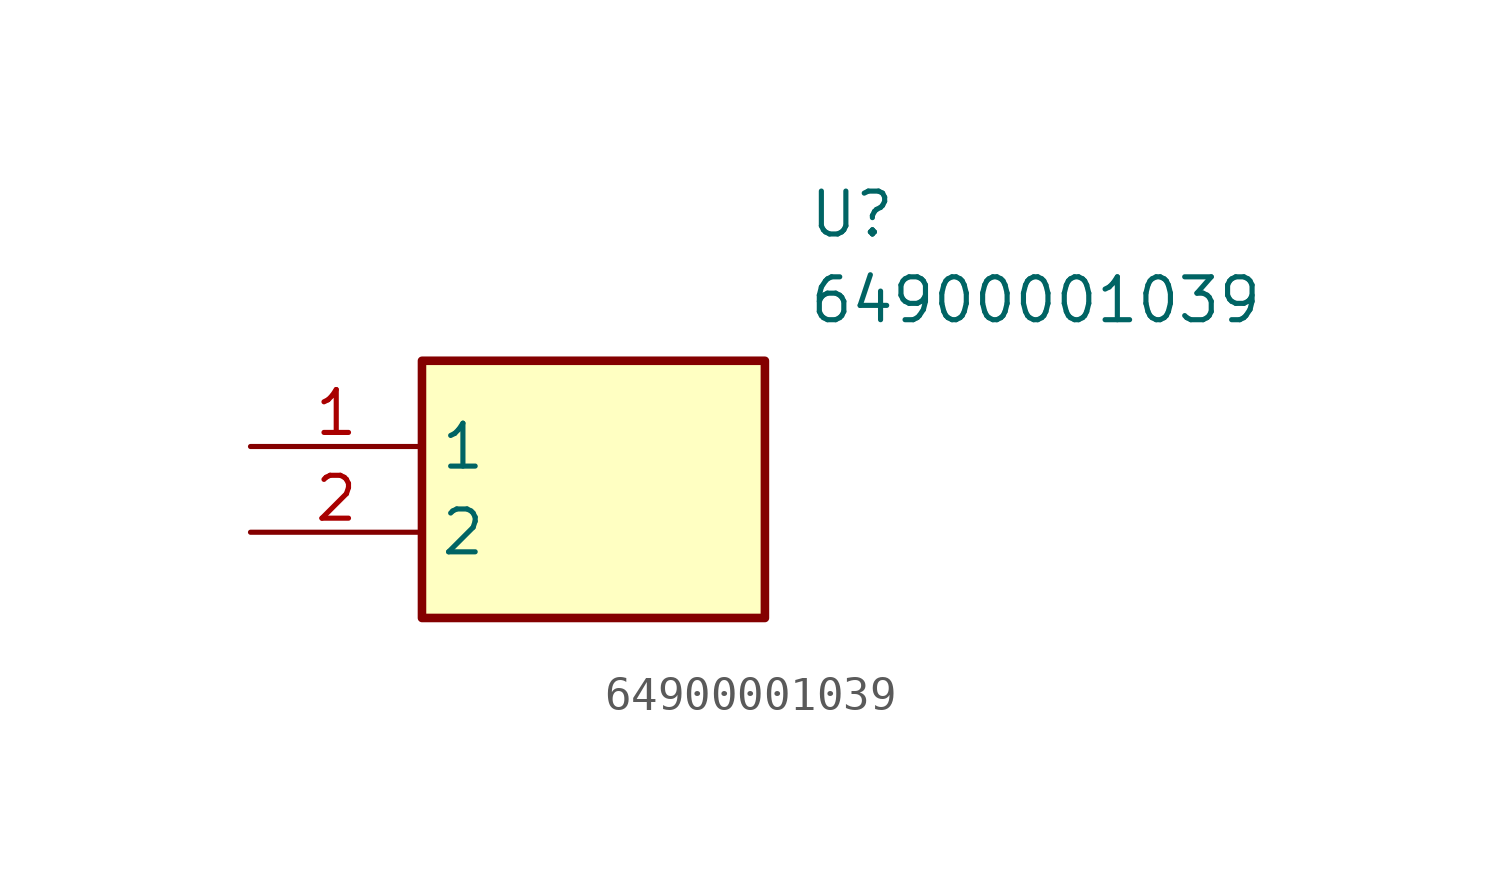
<source format=kicad_sym>
(kicad_symbol_lib
  (version 20211014)
  (generator SamacSys_ECAD_Model)
  (symbol "64900001039"
    (property "Reference" "U"
      (at 16.51 7.62 0)
      (effects (font (size 1.27 1.27)) (justify left top)))
    (property "Value" "64900001039"
      (at 16.51 5.08 0)
      (effects (font (size 1.27 1.27)) (justify left top)))
    (rectangle
      (start 5.08 2.54)
      (end 15.24 -5.08)
      (stroke (width 0.254) (type default))
      (fill (type background)))
    (pin passive line
      (at 0 0 0)
      (length 5.08)
      (name "1" (effects (font (size 1.27 1.27))))
      (number "1" (effects (font (size 1.27 1.27)))))
    (pin passive line
      (at 0 -2.54 0)
      (length 5.08)
      (name "2" (effects (font (size 1.27 1.27))))
      (number "2" (effects (font (size 1.27 1.27)))))))
</source>
